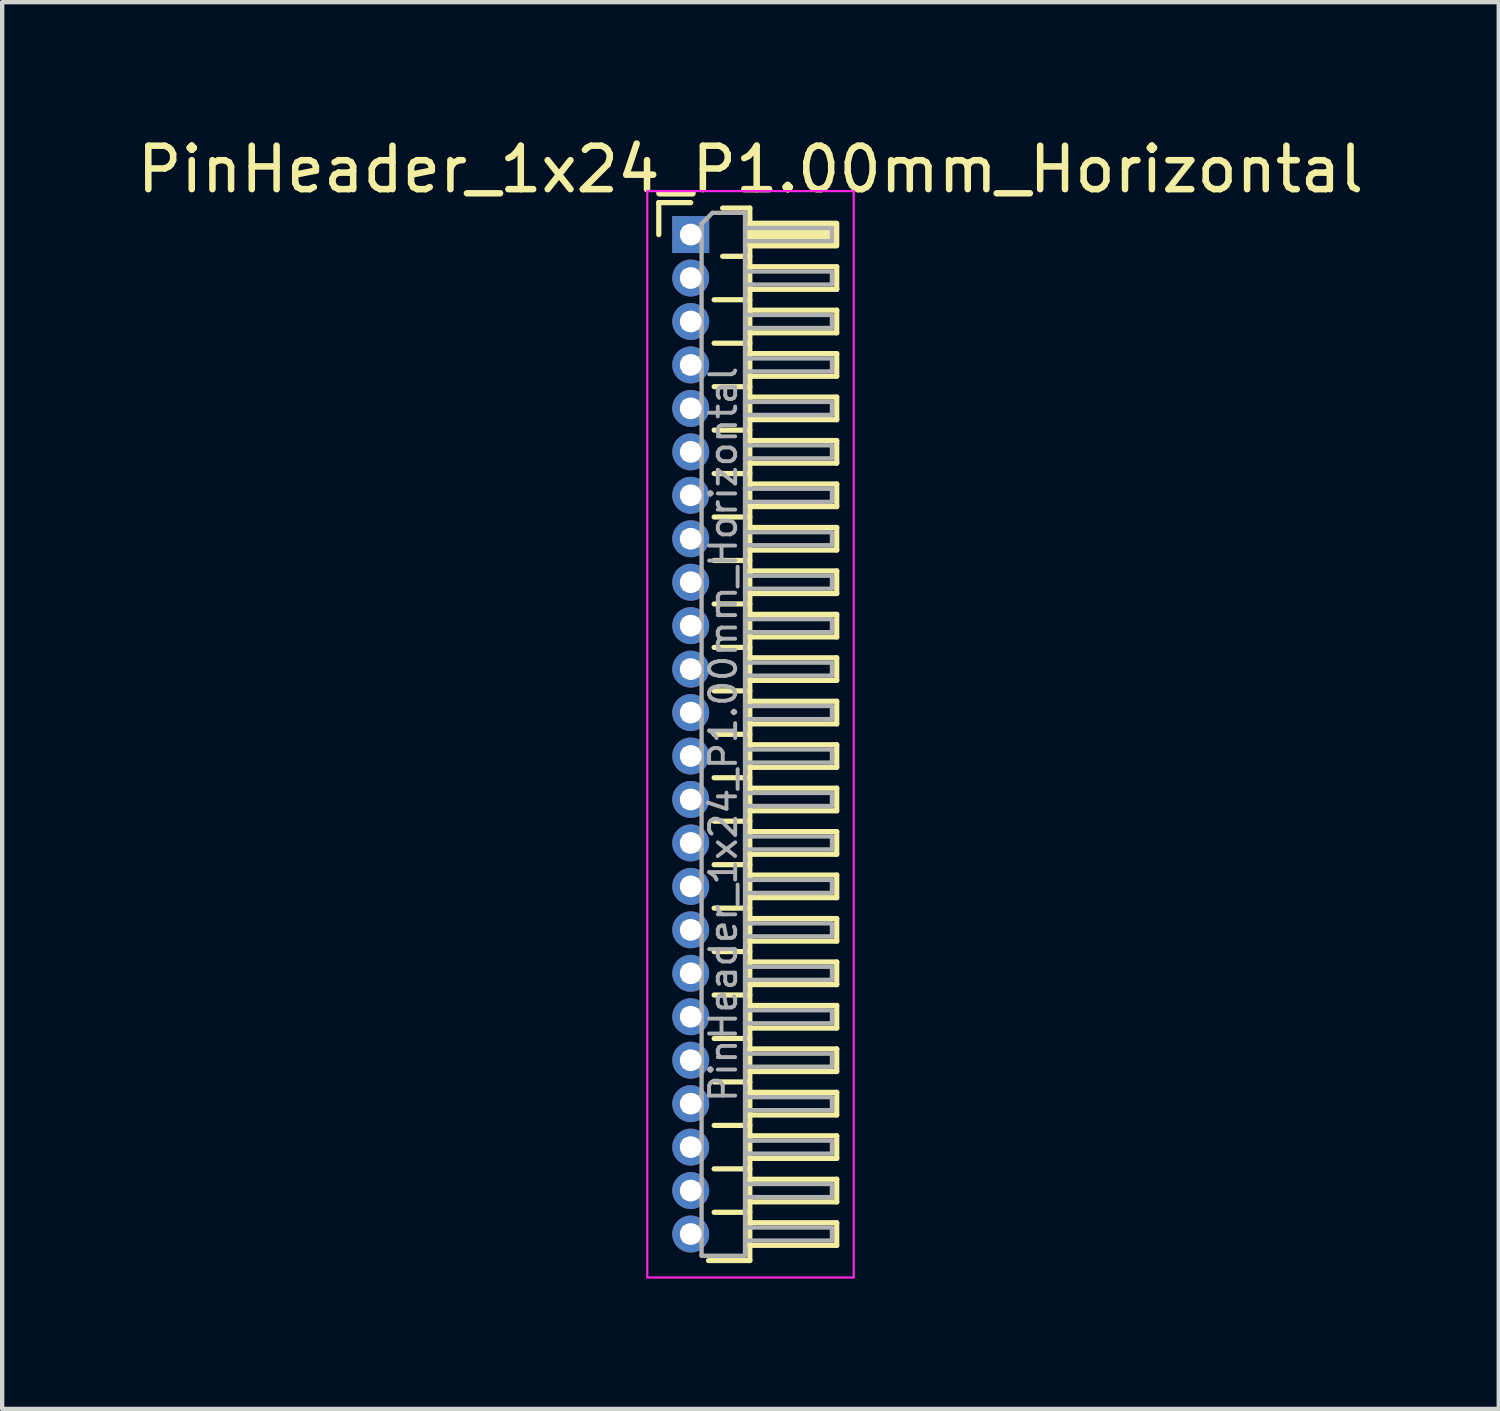
<source format=kicad_pcb>
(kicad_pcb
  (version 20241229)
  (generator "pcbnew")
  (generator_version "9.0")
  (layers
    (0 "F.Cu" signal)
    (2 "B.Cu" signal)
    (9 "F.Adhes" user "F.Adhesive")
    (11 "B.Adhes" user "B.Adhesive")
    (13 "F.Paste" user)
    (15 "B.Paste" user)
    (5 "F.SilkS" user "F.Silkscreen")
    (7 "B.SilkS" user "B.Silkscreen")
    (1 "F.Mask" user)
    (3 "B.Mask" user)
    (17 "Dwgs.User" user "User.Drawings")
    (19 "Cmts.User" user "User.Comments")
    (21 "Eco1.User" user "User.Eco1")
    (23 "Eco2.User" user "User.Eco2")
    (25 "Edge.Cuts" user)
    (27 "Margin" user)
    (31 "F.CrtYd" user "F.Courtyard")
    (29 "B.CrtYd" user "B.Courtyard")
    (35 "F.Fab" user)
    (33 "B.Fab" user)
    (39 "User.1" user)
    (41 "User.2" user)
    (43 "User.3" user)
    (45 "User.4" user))
  (footprint "PinHeader_1x24_P1.00mm_Horizontal"
    (layer "F.Cu")
    (at 12.845 2.348)
    (property "Reference" "PinHeader_1x24_P1.00mm_Horizontal" (at 1.375 -1.5 0) (layer "F.SilkS") (effects (font (size 1 1) (thickness 0.15))))
    (attr through_hole)
    (fp_line (start -0.735 -0.735) (end 0 -0.735) (stroke (width 0.12) (type solid)) (layer "F.SilkS"))
    (fp_line (start -0.735 0) (end -0.735 -0.735) (stroke (width 0.12) (type solid)) (layer "F.SilkS"))
    (fp_line (start 0.539 1.5) (end 1.36 1.5) (stroke (width 0.12) (type solid)) (layer "F.SilkS"))
    (fp_line (start 0.539 2.5) (end 1.36 2.5) (stroke (width 0.12) (type solid)) (layer "F.SilkS"))
    (fp_line (start 0.539 3.5) (end 1.36 3.5) (stroke (width 0.12) (type solid)) (layer "F.SilkS"))
    (fp_line (start 0.539 4.5) (end 1.36 4.5) (stroke (width 0.12) (type solid)) (layer "F.SilkS"))
    (fp_line (start 0.539 5.5) (end 1.36 5.5) (stroke (width 0.12) (type solid)) (layer "F.SilkS"))
    (fp_line (start 0.539 6.5) (end 1.36 6.5) (stroke (width 0.12) (type solid)) (layer "F.SilkS"))
    (fp_line (start 0.539 7.5) (end 1.36 7.5) (stroke (width 0.12) (type solid)) (layer "F.SilkS"))
    (fp_line (start 0.539 8.5) (end 1.36 8.5) (stroke (width 0.12) (type solid)) (layer "F.SilkS"))
    (fp_line (start 0.539 9.5) (end 1.36 9.5) (stroke (width 0.12) (type solid)) (layer "F.SilkS"))
    (fp_line (start 0.539 10.5) (end 1.36 10.5) (stroke (width 0.12) (type solid)) (layer "F.SilkS"))
    (fp_line (start 0.539 11.5) (end 1.36 11.5) (stroke (width 0.12) (type solid)) (layer "F.SilkS"))
    (fp_line (start 0.539 12.5) (end 1.36 12.5) (stroke (width 0.12) (type solid)) (layer "F.SilkS"))
    (fp_line (start 0.539 13.5) (end 1.36 13.5) (stroke (width 0.12) (type solid)) (layer "F.SilkS"))
    (fp_line (start 0.539 14.5) (end 1.36 14.5) (stroke (width 0.12) (type solid)) (layer "F.SilkS"))
    (fp_line (start 0.539 15.5) (end 1.36 15.5) (stroke (width 0.12) (type solid)) (layer "F.SilkS"))
    (fp_line (start 0.539 16.5) (end 1.36 16.5) (stroke (width 0.12) (type solid)) (layer "F.SilkS"))
    (fp_line (start 0.539 17.5) (end 1.36 17.5) (stroke (width 0.12) (type solid)) (layer "F.SilkS"))
    (fp_line (start 0.539 18.5) (end 1.36 18.5) (stroke (width 0.12) (type solid)) (layer "F.SilkS"))
    (fp_line (start 0.539 19.5) (end 1.36 19.5) (stroke (width 0.12) (type solid)) (layer "F.SilkS"))
    (fp_line (start 0.539 20.5) (end 1.36 20.5) (stroke (width 0.12) (type solid)) (layer "F.SilkS"))
    (fp_line (start 0.539 21.5) (end 1.36 21.5) (stroke (width 0.12) (type solid)) (layer "F.SilkS"))
    (fp_line (start 0.539 22.5) (end 1.36 22.5) (stroke (width 0.12) (type solid)) (layer "F.SilkS"))
    (fp_line (start 0.735 -0.61) (end 1.36 -0.61) (stroke (width 0.12) (type solid)) (layer "F.SilkS"))
    (fp_line (start 0.735 0.5) (end 1.36 0.5) (stroke (width 0.12) (type solid)) (layer "F.SilkS"))
    (fp_line (start 1.36 -0.61) (end 1.36 23.61) (stroke (width 0.12) (type solid)) (layer "F.SilkS"))
    (fp_line (start 1.36 0.74) (end 3.36 0.74) (stroke (width 0.12) (type solid)) (layer "F.SilkS"))
    (fp_line (start 1.36 1.74) (end 3.36 1.74) (stroke (width 0.12) (type solid)) (layer "F.SilkS"))
    (fp_line (start 1.36 2.74) (end 3.36 2.74) (stroke (width 0.12) (type solid)) (layer "F.SilkS"))
    (fp_line (start 1.36 3.74) (end 3.36 3.74) (stroke (width 0.12) (type solid)) (layer "F.SilkS"))
    (fp_line (start 1.36 4.74) (end 3.36 4.74) (stroke (width 0.12) (type solid)) (layer "F.SilkS"))
    (fp_line (start 1.36 5.74) (end 3.36 5.74) (stroke (width 0.12) (type solid)) (layer "F.SilkS"))
    (fp_line (start 1.36 6.74) (end 3.36 6.74) (stroke (width 0.12) (type solid)) (layer "F.SilkS"))
    (fp_line (start 1.36 7.74) (end 3.36 7.74) (stroke (width 0.12) (type solid)) (layer "F.SilkS"))
    (fp_line (start 1.36 8.74) (end 3.36 8.74) (stroke (width 0.12) (type solid)) (layer "F.SilkS"))
    (fp_line (start 1.36 9.74) (end 3.36 9.74) (stroke (width 0.12) (type solid)) (layer "F.SilkS"))
    (fp_line (start 1.36 10.74) (end 3.36 10.74) (stroke (width 0.12) (type solid)) (layer "F.SilkS"))
    (fp_line (start 1.36 11.74) (end 3.36 11.74) (stroke (width 0.12) (type solid)) (layer "F.SilkS"))
    (fp_line (start 1.36 12.74) (end 3.36 12.74) (stroke (width 0.12) (type solid)) (layer "F.SilkS"))
    (fp_line (start 1.36 13.74) (end 3.36 13.74) (stroke (width 0.12) (type solid)) (layer "F.SilkS"))
    (fp_line (start 1.36 14.74) (end 3.36 14.74) (stroke (width 0.12) (type solid)) (layer "F.SilkS"))
    (fp_line (start 1.36 15.74) (end 3.36 15.74) (stroke (width 0.12) (type solid)) (layer "F.SilkS"))
    (fp_line (start 1.36 16.74) (end 3.36 16.74) (stroke (width 0.12) (type solid)) (layer "F.SilkS"))
    (fp_line (start 1.36 17.74) (end 3.36 17.74) (stroke (width 0.12) (type solid)) (layer "F.SilkS"))
    (fp_line (start 1.36 18.74) (end 3.36 18.74) (stroke (width 0.12) (type solid)) (layer "F.SilkS"))
    (fp_line (start 1.36 19.74) (end 3.36 19.74) (stroke (width 0.12) (type solid)) (layer "F.SilkS"))
    (fp_line (start 1.36 20.74) (end 3.36 20.74) (stroke (width 0.12) (type solid)) (layer "F.SilkS"))
    (fp_line (start 1.36 21.74) (end 3.36 21.74) (stroke (width 0.12) (type solid)) (layer "F.SilkS"))
    (fp_line (start 1.36 22.74) (end 3.36 22.74) (stroke (width 0.12) (type solid)) (layer "F.SilkS"))
    (fp_line (start 1.36 23.61) (end 0.41 23.61) (stroke (width 0.12) (type solid)) (layer "F.SilkS"))
    (fp_line (start 3.36 0.74) (end 3.36 1.26) (stroke (width 0.12) (type solid)) (layer "F.SilkS"))
    (fp_line (start 3.36 1.26) (end 1.36 1.26) (stroke (width 0.12) (type solid)) (layer "F.SilkS"))
    (fp_line (start 3.36 1.74) (end 3.36 2.26) (stroke (width 0.12) (type solid)) (layer "F.SilkS"))
    (fp_line (start 3.36 2.26) (end 1.36 2.26) (stroke (width 0.12) (type solid)) (layer "F.SilkS"))
    (fp_line (start 3.36 2.74) (end 3.36 3.26) (stroke (width 0.12) (type solid)) (layer "F.SilkS"))
    (fp_line (start 3.36 3.26) (end 1.36 3.26) (stroke (width 0.12) (type solid)) (layer "F.SilkS"))
    (fp_line (start 3.36 3.74) (end 3.36 4.26) (stroke (width 0.12) (type solid)) (layer "F.SilkS"))
    (fp_line (start 3.36 4.26) (end 1.36 4.26) (stroke (width 0.12) (type solid)) (layer "F.SilkS"))
    (fp_line (start 3.36 4.74) (end 3.36 5.26) (stroke (width 0.12) (type solid)) (layer "F.SilkS"))
    (fp_line (start 3.36 5.26) (end 1.36 5.26) (stroke (width 0.12) (type solid)) (layer "F.SilkS"))
    (fp_line (start 3.36 5.74) (end 3.36 6.26) (stroke (width 0.12) (type solid)) (layer "F.SilkS"))
    (fp_line (start 3.36 6.26) (end 1.36 6.26) (stroke (width 0.12) (type solid)) (layer "F.SilkS"))
    (fp_line (start 3.36 6.74) (end 3.36 7.26) (stroke (width 0.12) (type solid)) (layer "F.SilkS"))
    (fp_line (start 3.36 7.26) (end 1.36 7.26) (stroke (width 0.12) (type solid)) (layer "F.SilkS"))
    (fp_line (start 3.36 7.74) (end 3.36 8.26) (stroke (width 0.12) (type solid)) (layer "F.SilkS"))
    (fp_line (start 3.36 8.26) (end 1.36 8.26) (stroke (width 0.12) (type solid)) (layer "F.SilkS"))
    (fp_line (start 3.36 8.74) (end 3.36 9.26) (stroke (width 0.12) (type solid)) (layer "F.SilkS"))
    (fp_line (start 3.36 9.26) (end 1.36 9.26) (stroke (width 0.12) (type solid)) (layer "F.SilkS"))
    (fp_line (start 3.36 9.74) (end 3.36 10.26) (stroke (width 0.12) (type solid)) (layer "F.SilkS"))
    (fp_line (start 3.36 10.26) (end 1.36 10.26) (stroke (width 0.12) (type solid)) (layer "F.SilkS"))
    (fp_line (start 3.36 10.74) (end 3.36 11.26) (stroke (width 0.12) (type solid)) (layer "F.SilkS"))
    (fp_line (start 3.36 11.26) (end 1.36 11.26) (stroke (width 0.12) (type solid)) (layer "F.SilkS"))
    (fp_line (start 3.36 11.74) (end 3.36 12.26) (stroke (width 0.12) (type solid)) (layer "F.SilkS"))
    (fp_line (start 3.36 12.26) (end 1.36 12.26) (stroke (width 0.12) (type solid)) (layer "F.SilkS"))
    (fp_line (start 3.36 12.74) (end 3.36 13.26) (stroke (width 0.12) (type solid)) (layer "F.SilkS"))
    (fp_line (start 3.36 13.26) (end 1.36 13.26) (stroke (width 0.12) (type solid)) (layer "F.SilkS"))
    (fp_line (start 3.36 13.74) (end 3.36 14.26) (stroke (width 0.12) (type solid)) (layer "F.SilkS"))
    (fp_line (start 3.36 14.26) (end 1.36 14.26) (stroke (width 0.12) (type solid)) (layer "F.SilkS"))
    (fp_line (start 3.36 14.74) (end 3.36 15.26) (stroke (width 0.12) (type solid)) (layer "F.SilkS"))
    (fp_line (start 3.36 15.26) (end 1.36 15.26) (stroke (width 0.12) (type solid)) (layer "F.SilkS"))
    (fp_line (start 3.36 15.74) (end 3.36 16.26) (stroke (width 0.12) (type solid)) (layer "F.SilkS"))
    (fp_line (start 3.36 16.26) (end 1.36 16.26) (stroke (width 0.12) (type solid)) (layer "F.SilkS"))
    (fp_line (start 3.36 16.74) (end 3.36 17.26) (stroke (width 0.12) (type solid)) (layer "F.SilkS"))
    (fp_line (start 3.36 17.26) (end 1.36 17.26) (stroke (width 0.12) (type solid)) (layer "F.SilkS"))
    (fp_line (start 3.36 17.74) (end 3.36 18.26) (stroke (width 0.12) (type solid)) (layer "F.SilkS"))
    (fp_line (start 3.36 18.26) (end 1.36 18.26) (stroke (width 0.12) (type solid)) (layer "F.SilkS"))
    (fp_line (start 3.36 18.74) (end 3.36 19.26) (stroke (width 0.12) (type solid)) (layer "F.SilkS"))
    (fp_line (start 3.36 19.26) (end 1.36 19.26) (stroke (width 0.12) (type solid)) (layer "F.SilkS"))
    (fp_line (start 3.36 19.74) (end 3.36 20.26) (stroke (width 0.12) (type solid)) (layer "F.SilkS"))
    (fp_line (start 3.36 20.26) (end 1.36 20.26) (stroke (width 0.12) (type solid)) (layer "F.SilkS"))
    (fp_line (start 3.36 20.74) (end 3.36 21.26) (stroke (width 0.12) (type solid)) (layer "F.SilkS"))
    (fp_line (start 3.36 21.26) (end 1.36 21.26) (stroke (width 0.12) (type solid)) (layer "F.SilkS"))
    (fp_line (start 3.36 21.74) (end 3.36 22.26) (stroke (width 0.12) (type solid)) (layer "F.SilkS"))
    (fp_line (start 3.36 22.26) (end 1.36 22.26) (stroke (width 0.12) (type solid)) (layer "F.SilkS"))
    (fp_line (start 3.36 22.74) (end 3.36 23.26) (stroke (width 0.12) (type solid)) (layer "F.SilkS"))
    (fp_line (start 3.36 23.26) (end 1.36 23.26) (stroke (width 0.12) (type solid)) (layer "F.SilkS"))
    (fp_rect (start 1.36 -0.26) (end 3.36 0.26) (stroke (width 0.12) (type solid)) (fill yes) (layer "F.SilkS"))
    (fp_line (start -1 -1) (end -1 24) (stroke (width 0.05) (type solid)) (layer "F.CrtYd"))
    (fp_line (start -1 24) (end 3.75 24) (stroke (width 0.05) (type solid)) (layer "F.CrtYd"))
    (fp_line (start 3.75 -1) (end -1 -1) (stroke (width 0.05) (type solid)) (layer "F.CrtYd"))
    (fp_line (start 3.75 24) (end 3.75 -1) (stroke (width 0.05) (type solid)) (layer "F.CrtYd"))
    (fp_line (start -0.15 -0.15) (end -0.15 0.15) (stroke (width 0.1) (type solid)) (layer "F.Fab"))
    (fp_line (start -0.15 -0.15) (end 0.25 -0.15) (stroke (width 0.1) (type solid)) (layer "F.Fab"))
    (fp_line (start -0.15 0.15) (end 0.25 0.15) (stroke (width 0.1) (type solid)) (layer "F.Fab"))
    (fp_line (start -0.15 0.85) (end -0.15 1.15) (stroke (width 0.1) (type solid)) (layer "F.Fab"))
    (fp_line (start -0.15 0.85) (end 0.25 0.85) (stroke (width 0.1) (type solid)) (layer "F.Fab"))
    (fp_line (start -0.15 1.15) (end 0.25 1.15) (stroke (width 0.1) (type solid)) (layer "F.Fab"))
    (fp_line (start -0.15 1.85) (end -0.15 2.15) (stroke (width 0.1) (type solid)) (layer "F.Fab"))
    (fp_line (start -0.15 1.85) (end 0.25 1.85) (stroke (width 0.1) (type solid)) (layer "F.Fab"))
    (fp_line (start -0.15 2.15) (end 0.25 2.15) (stroke (width 0.1) (type solid)) (layer "F.Fab"))
    (fp_line (start -0.15 2.85) (end -0.15 3.15) (stroke (width 0.1) (type solid)) (layer "F.Fab"))
    (fp_line (start -0.15 2.85) (end 0.25 2.85) (stroke (width 0.1) (type solid)) (layer "F.Fab"))
    (fp_line (start -0.15 3.15) (end 0.25 3.15) (stroke (width 0.1) (type solid)) (layer "F.Fab"))
    (fp_line (start -0.15 3.85) (end -0.15 4.15) (stroke (width 0.1) (type solid)) (layer "F.Fab"))
    (fp_line (start -0.15 3.85) (end 0.25 3.85) (stroke (width 0.1) (type solid)) (layer "F.Fab"))
    (fp_line (start -0.15 4.15) (end 0.25 4.15) (stroke (width 0.1) (type solid)) (layer "F.Fab"))
    (fp_line (start -0.15 4.85) (end -0.15 5.15) (stroke (width 0.1) (type solid)) (layer "F.Fab"))
    (fp_line (start -0.15 4.85) (end 0.25 4.85) (stroke (width 0.1) (type solid)) (layer "F.Fab"))
    (fp_line (start -0.15 5.15) (end 0.25 5.15) (stroke (width 0.1) (type solid)) (layer "F.Fab"))
    (fp_line (start -0.15 5.85) (end -0.15 6.15) (stroke (width 0.1) (type solid)) (layer "F.Fab"))
    (fp_line (start -0.15 5.85) (end 0.25 5.85) (stroke (width 0.1) (type solid)) (layer "F.Fab"))
    (fp_line (start -0.15 6.15) (end 0.25 6.15) (stroke (width 0.1) (type solid)) (layer "F.Fab"))
    (fp_line (start -0.15 6.85) (end -0.15 7.15) (stroke (width 0.1) (type solid)) (layer "F.Fab"))
    (fp_line (start -0.15 6.85) (end 0.25 6.85) (stroke (width 0.1) (type solid)) (layer "F.Fab"))
    (fp_line (start -0.15 7.15) (end 0.25 7.15) (stroke (width 0.1) (type solid)) (layer "F.Fab"))
    (fp_line (start -0.15 7.85) (end -0.15 8.15) (stroke (width 0.1) (type solid)) (layer "F.Fab"))
    (fp_line (start -0.15 7.85) (end 0.25 7.85) (stroke (width 0.1) (type solid)) (layer "F.Fab"))
    (fp_line (start -0.15 8.15) (end 0.25 8.15) (stroke (width 0.1) (type solid)) (layer "F.Fab"))
    (fp_line (start -0.15 8.85) (end -0.15 9.15) (stroke (width 0.1) (type solid)) (layer "F.Fab"))
    (fp_line (start -0.15 8.85) (end 0.25 8.85) (stroke (width 0.1) (type solid)) (layer "F.Fab"))
    (fp_line (start -0.15 9.15) (end 0.25 9.15) (stroke (width 0.1) (type solid)) (layer "F.Fab"))
    (fp_line (start -0.15 9.85) (end -0.15 10.15) (stroke (width 0.1) (type solid)) (layer "F.Fab"))
    (fp_line (start -0.15 9.85) (end 0.25 9.85) (stroke (width 0.1) (type solid)) (layer "F.Fab"))
    (fp_line (start -0.15 10.15) (end 0.25 10.15) (stroke (width 0.1) (type solid)) (layer "F.Fab"))
    (fp_line (start -0.15 10.85) (end -0.15 11.15) (stroke (width 0.1) (type solid)) (layer "F.Fab"))
    (fp_line (start -0.15 10.85) (end 0.25 10.85) (stroke (width 0.1) (type solid)) (layer "F.Fab"))
    (fp_line (start -0.15 11.15) (end 0.25 11.15) (stroke (width 0.1) (type solid)) (layer "F.Fab"))
    (fp_line (start -0.15 11.85) (end -0.15 12.15) (stroke (width 0.1) (type solid)) (layer "F.Fab"))
    (fp_line (start -0.15 11.85) (end 0.25 11.85) (stroke (width 0.1) (type solid)) (layer "F.Fab"))
    (fp_line (start -0.15 12.15) (end 0.25 12.15) (stroke (width 0.1) (type solid)) (layer "F.Fab"))
    (fp_line (start -0.15 12.85) (end -0.15 13.15) (stroke (width 0.1) (type solid)) (layer "F.Fab"))
    (fp_line (start -0.15 12.85) (end 0.25 12.85) (stroke (width 0.1) (type solid)) (layer "F.Fab"))
    (fp_line (start -0.15 13.15) (end 0.25 13.15) (stroke (width 0.1) (type solid)) (layer "F.Fab"))
    (fp_line (start -0.15 13.85) (end -0.15 14.15) (stroke (width 0.1) (type solid)) (layer "F.Fab"))
    (fp_line (start -0.15 13.85) (end 0.25 13.85) (stroke (width 0.1) (type solid)) (layer "F.Fab"))
    (fp_line (start -0.15 14.15) (end 0.25 14.15) (stroke (width 0.1) (type solid)) (layer "F.Fab"))
    (fp_line (start -0.15 14.85) (end -0.15 15.15) (stroke (width 0.1) (type solid)) (layer "F.Fab"))
    (fp_line (start -0.15 14.85) (end 0.25 14.85) (stroke (width 0.1) (type solid)) (layer "F.Fab"))
    (fp_line (start -0.15 15.15) (end 0.25 15.15) (stroke (width 0.1) (type solid)) (layer "F.Fab"))
    (fp_line (start -0.15 15.85) (end -0.15 16.15) (stroke (width 0.1) (type solid)) (layer "F.Fab"))
    (fp_line (start -0.15 15.85) (end 0.25 15.85) (stroke (width 0.1) (type solid)) (layer "F.Fab"))
    (fp_line (start -0.15 16.15) (end 0.25 16.15) (stroke (width 0.1) (type solid)) (layer "F.Fab"))
    (fp_line (start -0.15 16.85) (end -0.15 17.15) (stroke (width 0.1) (type solid)) (layer "F.Fab"))
    (fp_line (start -0.15 16.85) (end 0.25 16.85) (stroke (width 0.1) (type solid)) (layer "F.Fab"))
    (fp_line (start -0.15 17.15) (end 0.25 17.15) (stroke (width 0.1) (type solid)) (layer "F.Fab"))
    (fp_line (start -0.15 17.85) (end -0.15 18.15) (stroke (width 0.1) (type solid)) (layer "F.Fab"))
    (fp_line (start -0.15 17.85) (end 0.25 17.85) (stroke (width 0.1) (type solid)) (layer "F.Fab"))
    (fp_line (start -0.15 18.15) (end 0.25 18.15) (stroke (width 0.1) (type solid)) (layer "F.Fab"))
    (fp_line (start -0.15 18.85) (end -0.15 19.15) (stroke (width 0.1) (type solid)) (layer "F.Fab"))
    (fp_line (start -0.15 18.85) (end 0.25 18.85) (stroke (width 0.1) (type solid)) (layer "F.Fab"))
    (fp_line (start -0.15 19.15) (end 0.25 19.15) (stroke (width 0.1) (type solid)) (layer "F.Fab"))
    (fp_line (start -0.15 19.85) (end -0.15 20.15) (stroke (width 0.1) (type solid)) (layer "F.Fab"))
    (fp_line (start -0.15 19.85) (end 0.25 19.85) (stroke (width 0.1) (type solid)) (layer "F.Fab"))
    (fp_line (start -0.15 20.15) (end 0.25 20.15) (stroke (width 0.1) (type solid)) (layer "F.Fab"))
    (fp_line (start -0.15 20.85) (end -0.15 21.15) (stroke (width 0.1) (type solid)) (layer "F.Fab"))
    (fp_line (start -0.15 20.85) (end 0.25 20.85) (stroke (width 0.1) (type solid)) (layer "F.Fab"))
    (fp_line (start -0.15 21.15) (end 0.25 21.15) (stroke (width 0.1) (type solid)) (layer "F.Fab"))
    (fp_line (start -0.15 21.85) (end -0.15 22.15) (stroke (width 0.1) (type solid)) (layer "F.Fab"))
    (fp_line (start -0.15 21.85) (end 0.25 21.85) (stroke (width 0.1) (type solid)) (layer "F.Fab"))
    (fp_line (start -0.15 22.15) (end 0.25 22.15) (stroke (width 0.1) (type solid)) (layer "F.Fab"))
    (fp_line (start -0.15 22.85) (end -0.15 23.15) (stroke (width 0.1) (type solid)) (layer "F.Fab"))
    (fp_line (start -0.15 22.85) (end 0.25 22.85) (stroke (width 0.1) (type solid)) (layer "F.Fab"))
    (fp_line (start -0.15 23.15) (end 0.25 23.15) (stroke (width 0.1) (type solid)) (layer "F.Fab"))
    (fp_line (start 0.25 -0.25) (end 0.5 -0.5) (stroke (width 0.1) (type solid)) (layer "F.Fab"))
    (fp_line (start 0.25 23.5) (end 0.25 -0.25) (stroke (width 0.1) (type solid)) (layer "F.Fab"))
    (fp_line (start 0.5 -0.5) (end 1.25 -0.5) (stroke (width 0.1) (type solid)) (layer "F.Fab"))
    (fp_line (start 1.25 -0.5) (end 1.25 23.5) (stroke (width 0.1) (type solid)) (layer "F.Fab"))
    (fp_line (start 1.25 -0.15) (end 3.25 -0.15) (stroke (width 0.1) (type solid)) (layer "F.Fab"))
    (fp_line (start 1.25 0.15) (end 3.25 0.15) (stroke (width 0.1) (type solid)) (layer "F.Fab"))
    (fp_line (start 1.25 0.85) (end 3.25 0.85) (stroke (width 0.1) (type solid)) (layer "F.Fab"))
    (fp_line (start 1.25 1.15) (end 3.25 1.15) (stroke (width 0.1) (type solid)) (layer "F.Fab"))
    (fp_line (start 1.25 1.85) (end 3.25 1.85) (stroke (width 0.1) (type solid)) (layer "F.Fab"))
    (fp_line (start 1.25 2.15) (end 3.25 2.15) (stroke (width 0.1) (type solid)) (layer "F.Fab"))
    (fp_line (start 1.25 2.85) (end 3.25 2.85) (stroke (width 0.1) (type solid)) (layer "F.Fab"))
    (fp_line (start 1.25 3.15) (end 3.25 3.15) (stroke (width 0.1) (type solid)) (layer "F.Fab"))
    (fp_line (start 1.25 3.85) (end 3.25 3.85) (stroke (width 0.1) (type solid)) (layer "F.Fab"))
    (fp_line (start 1.25 4.15) (end 3.25 4.15) (stroke (width 0.1) (type solid)) (layer "F.Fab"))
    (fp_line (start 1.25 4.85) (end 3.25 4.85) (stroke (width 0.1) (type solid)) (layer "F.Fab"))
    (fp_line (start 1.25 5.15) (end 3.25 5.15) (stroke (width 0.1) (type solid)) (layer "F.Fab"))
    (fp_line (start 1.25 5.85) (end 3.25 5.85) (stroke (width 0.1) (type solid)) (layer "F.Fab"))
    (fp_line (start 1.25 6.15) (end 3.25 6.15) (stroke (width 0.1) (type solid)) (layer "F.Fab"))
    (fp_line (start 1.25 6.85) (end 3.25 6.85) (stroke (width 0.1) (type solid)) (layer "F.Fab"))
    (fp_line (start 1.25 7.15) (end 3.25 7.15) (stroke (width 0.1) (type solid)) (layer "F.Fab"))
    (fp_line (start 1.25 7.85) (end 3.25 7.85) (stroke (width 0.1) (type solid)) (layer "F.Fab"))
    (fp_line (start 1.25 8.15) (end 3.25 8.15) (stroke (width 0.1) (type solid)) (layer "F.Fab"))
    (fp_line (start 1.25 8.85) (end 3.25 8.85) (stroke (width 0.1) (type solid)) (layer "F.Fab"))
    (fp_line (start 1.25 9.15) (end 3.25 9.15) (stroke (width 0.1) (type solid)) (layer "F.Fab"))
    (fp_line (start 1.25 9.85) (end 3.25 9.85) (stroke (width 0.1) (type solid)) (layer "F.Fab"))
    (fp_line (start 1.25 10.15) (end 3.25 10.15) (stroke (width 0.1) (type solid)) (layer "F.Fab"))
    (fp_line (start 1.25 10.85) (end 3.25 10.85) (stroke (width 0.1) (type solid)) (layer "F.Fab"))
    (fp_line (start 1.25 11.15) (end 3.25 11.15) (stroke (width 0.1) (type solid)) (layer "F.Fab"))
    (fp_line (start 1.25 11.85) (end 3.25 11.85) (stroke (width 0.1) (type solid)) (layer "F.Fab"))
    (fp_line (start 1.25 12.15) (end 3.25 12.15) (stroke (width 0.1) (type solid)) (layer "F.Fab"))
    (fp_line (start 1.25 12.85) (end 3.25 12.85) (stroke (width 0.1) (type solid)) (layer "F.Fab"))
    (fp_line (start 1.25 13.15) (end 3.25 13.15) (stroke (width 0.1) (type solid)) (layer "F.Fab"))
    (fp_line (start 1.25 13.85) (end 3.25 13.85) (stroke (width 0.1) (type solid)) (layer "F.Fab"))
    (fp_line (start 1.25 14.15) (end 3.25 14.15) (stroke (width 0.1) (type solid)) (layer "F.Fab"))
    (fp_line (start 1.25 14.85) (end 3.25 14.85) (stroke (width 0.1) (type solid)) (layer "F.Fab"))
    (fp_line (start 1.25 15.15) (end 3.25 15.15) (stroke (width 0.1) (type solid)) (layer "F.Fab"))
    (fp_line (start 1.25 15.85) (end 3.25 15.85) (stroke (width 0.1) (type solid)) (layer "F.Fab"))
    (fp_line (start 1.25 16.15) (end 3.25 16.15) (stroke (width 0.1) (type solid)) (layer "F.Fab"))
    (fp_line (start 1.25 16.85) (end 3.25 16.85) (stroke (width 0.1) (type solid)) (layer "F.Fab"))
    (fp_line (start 1.25 17.15) (end 3.25 17.15) (stroke (width 0.1) (type solid)) (layer "F.Fab"))
    (fp_line (start 1.25 17.85) (end 3.25 17.85) (stroke (width 0.1) (type solid)) (layer "F.Fab"))
    (fp_line (start 1.25 18.15) (end 3.25 18.15) (stroke (width 0.1) (type solid)) (layer "F.Fab"))
    (fp_line (start 1.25 18.85) (end 3.25 18.85) (stroke (width 0.1) (type solid)) (layer "F.Fab"))
    (fp_line (start 1.25 19.15) (end 3.25 19.15) (stroke (width 0.1) (type solid)) (layer "F.Fab"))
    (fp_line (start 1.25 19.85) (end 3.25 19.85) (stroke (width 0.1) (type solid)) (layer "F.Fab"))
    (fp_line (start 1.25 20.15) (end 3.25 20.15) (stroke (width 0.1) (type solid)) (layer "F.Fab"))
    (fp_line (start 1.25 20.85) (end 3.25 20.85) (stroke (width 0.1) (type solid)) (layer "F.Fab"))
    (fp_line (start 1.25 21.15) (end 3.25 21.15) (stroke (width 0.1) (type solid)) (layer "F.Fab"))
    (fp_line (start 1.25 21.85) (end 3.25 21.85) (stroke (width 0.1) (type solid)) (layer "F.Fab"))
    (fp_line (start 1.25 22.15) (end 3.25 22.15) (stroke (width 0.1) (type solid)) (layer "F.Fab"))
    (fp_line (start 1.25 22.85) (end 3.25 22.85) (stroke (width 0.1) (type solid)) (layer "F.Fab"))
    (fp_line (start 1.25 23.15) (end 3.25 23.15) (stroke (width 0.1) (type solid)) (layer "F.Fab"))
    (fp_line (start 1.25 23.5) (end 0.25 23.5) (stroke (width 0.1) (type solid)) (layer "F.Fab"))
    (fp_line (start 3.25 -0.15) (end 3.25 0.15) (stroke (width 0.1) (type solid)) (layer "F.Fab"))
    (fp_line (start 3.25 0.85) (end 3.25 1.15) (stroke (width 0.1) (type solid)) (layer "F.Fab"))
    (fp_line (start 3.25 1.85) (end 3.25 2.15) (stroke (width 0.1) (type solid)) (layer "F.Fab"))
    (fp_line (start 3.25 2.85) (end 3.25 3.15) (stroke (width 0.1) (type solid)) (layer "F.Fab"))
    (fp_line (start 3.25 3.85) (end 3.25 4.15) (stroke (width 0.1) (type solid)) (layer "F.Fab"))
    (fp_line (start 3.25 4.85) (end 3.25 5.15) (stroke (width 0.1) (type solid)) (layer "F.Fab"))
    (fp_line (start 3.25 5.85) (end 3.25 6.15) (stroke (width 0.1) (type solid)) (layer "F.Fab"))
    (fp_line (start 3.25 6.85) (end 3.25 7.15) (stroke (width 0.1) (type solid)) (layer "F.Fab"))
    (fp_line (start 3.25 7.85) (end 3.25 8.15) (stroke (width 0.1) (type solid)) (layer "F.Fab"))
    (fp_line (start 3.25 8.85) (end 3.25 9.15) (stroke (width 0.1) (type solid)) (layer "F.Fab"))
    (fp_line (start 3.25 9.85) (end 3.25 10.15) (stroke (width 0.1) (type solid)) (layer "F.Fab"))
    (fp_line (start 3.25 10.85) (end 3.25 11.15) (stroke (width 0.1) (type solid)) (layer "F.Fab"))
    (fp_line (start 3.25 11.85) (end 3.25 12.15) (stroke (width 0.1) (type solid)) (layer "F.Fab"))
    (fp_line (start 3.25 12.85) (end 3.25 13.15) (stroke (width 0.1) (type solid)) (layer "F.Fab"))
    (fp_line (start 3.25 13.85) (end 3.25 14.15) (stroke (width 0.1) (type solid)) (layer "F.Fab"))
    (fp_line (start 3.25 14.85) (end 3.25 15.15) (stroke (width 0.1) (type solid)) (layer "F.Fab"))
    (fp_line (start 3.25 15.85) (end 3.25 16.15) (stroke (width 0.1) (type solid)) (layer "F.Fab"))
    (fp_line (start 3.25 16.85) (end 3.25 17.15) (stroke (width 0.1) (type solid)) (layer "F.Fab"))
    (fp_line (start 3.25 17.85) (end 3.25 18.15) (stroke (width 0.1) (type solid)) (layer "F.Fab"))
    (fp_line (start 3.25 18.85) (end 3.25 19.15) (stroke (width 0.1) (type solid)) (layer "F.Fab"))
    (fp_line (start 3.25 19.85) (end 3.25 20.15) (stroke (width 0.1) (type solid)) (layer "F.Fab"))
    (fp_line (start 3.25 20.85) (end 3.25 21.15) (stroke (width 0.1) (type solid)) (layer "F.Fab"))
    (fp_line (start 3.25 21.85) (end 3.25 22.15) (stroke (width 0.1) (type solid)) (layer "F.Fab"))
    (fp_line (start 3.25 22.85) (end 3.25 23.15) (stroke (width 0.1) (type solid)) (layer "F.Fab"))
    (fp_text user "${REFERENCE}" (at 0.75 11.5 90) (layer "F.Fab") (effects (font (size 0.6 0.6) (thickness 0.09))))
    (pad "1" thru_hole rect (at 0 0) (size 0.85 0.85) (drill 0.5) (layers "*.Cu" "*.Mask"))
    (pad "2" thru_hole circle (at 0 1) (size 0.85 0.85) (drill 0.5) (layers "*.Cu" "*.Mask"))
    (pad "3" thru_hole circle (at 0 2) (size 0.85 0.85) (drill 0.5) (layers "*.Cu" "*.Mask"))
    (pad "4" thru_hole circle (at 0 3) (size 0.85 0.85) (drill 0.5) (layers "*.Cu" "*.Mask"))
    (pad "5" thru_hole circle (at 0 4) (size 0.85 0.85) (drill 0.5) (layers "*.Cu" "*.Mask"))
    (pad "6" thru_hole circle (at 0 5) (size 0.85 0.85) (drill 0.5) (layers "*.Cu" "*.Mask"))
    (pad "7" thru_hole circle (at 0 6) (size 0.85 0.85) (drill 0.5) (layers "*.Cu" "*.Mask"))
    (pad "8" thru_hole circle (at 0 7) (size 0.85 0.85) (drill 0.5) (layers "*.Cu" "*.Mask"))
    (pad "9" thru_hole circle (at 0 8) (size 0.85 0.85) (drill 0.5) (layers "*.Cu" "*.Mask"))
    (pad "10" thru_hole circle (at 0 9) (size 0.85 0.85) (drill 0.5) (layers "*.Cu" "*.Mask"))
    (pad "11" thru_hole circle (at 0 10) (size 0.85 0.85) (drill 0.5) (layers "*.Cu" "*.Mask"))
    (pad "12" thru_hole circle (at 0 11) (size 0.85 0.85) (drill 0.5) (layers "*.Cu" "*.Mask"))
    (pad "13" thru_hole circle (at 0 12) (size 0.85 0.85) (drill 0.5) (layers "*.Cu" "*.Mask"))
    (pad "14" thru_hole circle (at 0 13) (size 0.85 0.85) (drill 0.5) (layers "*.Cu" "*.Mask"))
    (pad "15" thru_hole circle (at 0 14) (size 0.85 0.85) (drill 0.5) (layers "*.Cu" "*.Mask"))
    (pad "16" thru_hole circle (at 0 15) (size 0.85 0.85) (drill 0.5) (layers "*.Cu" "*.Mask"))
    (pad "17" thru_hole circle (at 0 16) (size 0.85 0.85) (drill 0.5) (layers "*.Cu" "*.Mask"))
    (pad "18" thru_hole circle (at 0 17) (size 0.85 0.85) (drill 0.5) (layers "*.Cu" "*.Mask"))
    (pad "19" thru_hole circle (at 0 18) (size 0.85 0.85) (drill 0.5) (layers "*.Cu" "*.Mask"))
    (pad "20" thru_hole circle (at 0 19) (size 0.85 0.85) (drill 0.5) (layers "*.Cu" "*.Mask"))
    (pad "21" thru_hole circle (at 0 20) (size 0.85 0.85) (drill 0.5) (layers "*.Cu" "*.Mask"))
    (pad "22" thru_hole circle (at 0 21) (size 0.85 0.85) (drill 0.5) (layers "*.Cu" "*.Mask"))
    (pad "23" thru_hole circle (at 0 22) (size 0.85 0.85) (drill 0.5) (layers "*.Cu" "*.Mask"))
    (pad "24" thru_hole circle (at 0 23) (size 0.85 0.85) (drill 0.5) (layers "*.Cu" "*.Mask")))
  (gr_rect
    (start -3 -3)
    (end 31.44 29.373)
    (stroke (width 0.1) (type default))
    (fill no)
    (layer "Edge.Cuts")))
</source>
